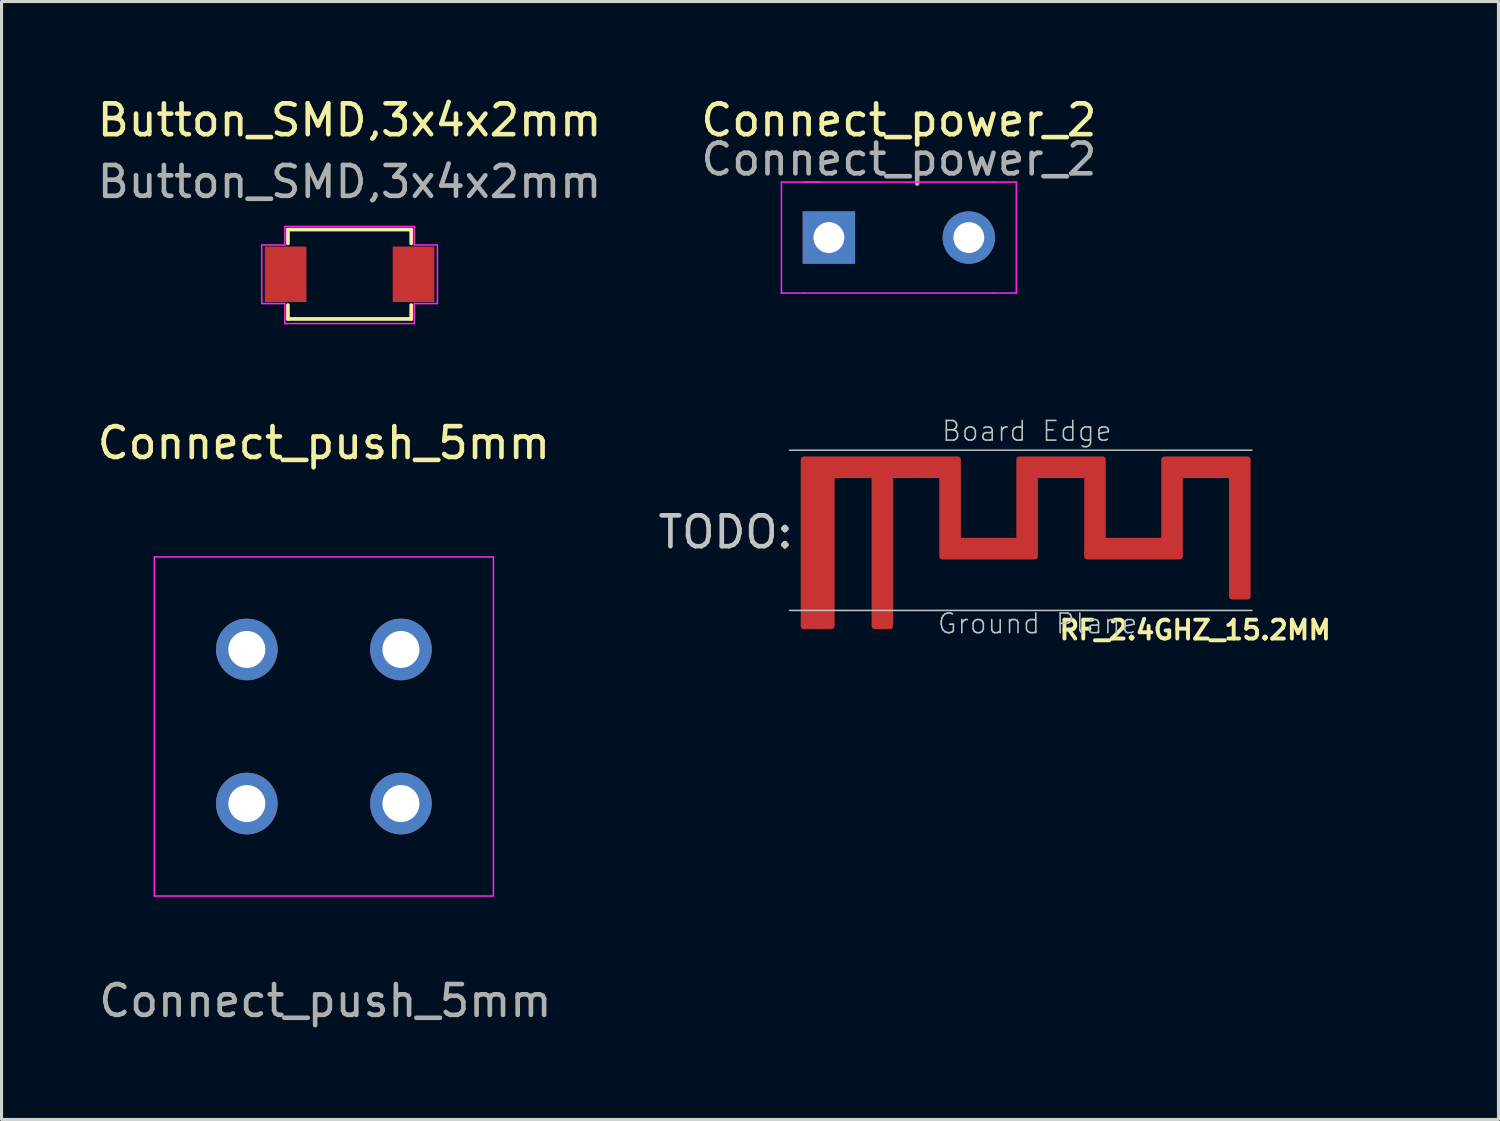
<source format=kicad_pcb>
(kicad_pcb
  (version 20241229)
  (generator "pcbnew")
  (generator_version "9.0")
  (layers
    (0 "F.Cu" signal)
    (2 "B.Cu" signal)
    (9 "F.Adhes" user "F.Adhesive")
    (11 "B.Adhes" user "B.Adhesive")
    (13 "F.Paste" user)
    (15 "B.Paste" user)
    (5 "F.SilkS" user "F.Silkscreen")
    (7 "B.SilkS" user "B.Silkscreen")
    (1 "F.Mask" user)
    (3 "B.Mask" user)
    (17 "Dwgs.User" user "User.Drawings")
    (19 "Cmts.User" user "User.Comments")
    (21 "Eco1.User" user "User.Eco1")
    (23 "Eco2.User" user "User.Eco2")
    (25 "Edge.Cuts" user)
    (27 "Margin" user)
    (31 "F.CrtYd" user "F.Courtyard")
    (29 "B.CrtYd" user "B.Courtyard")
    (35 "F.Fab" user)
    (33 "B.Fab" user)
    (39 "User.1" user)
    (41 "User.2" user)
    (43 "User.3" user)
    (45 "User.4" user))
  (footprint "Button_SMD,3x4x2mm"
    (layer "F.Cu")
    (at 8.292 5.848)
    (property "Reference" "Button_SMD,3x4x2mm" (at 0 -5 0) (unlocked yes) (layer "F.SilkS") (effects (font (size 1 1) (thickness 0.15))))
    (attr smd)
    (fp_line (start -2 -1.45) (end 2 -1.45) (stroke (width 0.12) (type solid)) (layer "F.SilkS"))
    (fp_line (start -2 -1) (end -2 -1.45) (stroke (width 0.12) (type solid)) (layer "F.SilkS"))
    (fp_line (start -2 1.45) (end -2 1) (stroke (width 0.12) (type solid)) (layer "F.SilkS"))
    (fp_line (start 2 -1.45) (end 2 -1) (stroke (width 0.12) (type solid)) (layer "F.SilkS"))
    (fp_line (start 2 1) (end 2 1.45) (stroke (width 0.12) (type solid)) (layer "F.SilkS"))
    (fp_line (start 2 1.45) (end -2 1.45) (stroke (width 0.12) (type solid)) (layer "F.SilkS"))
    (fp_line (start -2.85 -0.95) (end -2.1 -0.95) (stroke (width 0.05) (type solid)) (layer "F.CrtYd"))
    (fp_line (start -2.85 0.95) (end -2.85 -0.95) (stroke (width 0.05) (type solid)) (layer "F.CrtYd"))
    (fp_line (start -2.1 -1.55) (end 2.1 -1.55) (stroke (width 0.05) (type solid)) (layer "F.CrtYd"))
    (fp_line (start -2.1 -0.95) (end -2.1 -1.55) (stroke (width 0.05) (type solid)) (layer "F.CrtYd"))
    (fp_line (start -2.1 0.95) (end -2.85 0.95) (stroke (width 0.05) (type solid)) (layer "F.CrtYd"))
    (fp_line (start -2.1 1.6) (end -2.1 0.95) (stroke (width 0.05) (type solid)) (layer "F.CrtYd"))
    (fp_line (start 2.1 -1.55) (end 2.1 -1.5) (stroke (width 0.05) (type solid)) (layer "F.CrtYd"))
    (fp_line (start 2.1 -1.5) (end 2.1 -0.95) (stroke (width 0.05) (type solid)) (layer "F.CrtYd"))
    (fp_line (start 2.1 -0.95) (end 2.85 -0.95) (stroke (width 0.05) (type solid)) (layer "F.CrtYd"))
    (fp_line (start 2.1 0.95) (end 2.1 1.6) (stroke (width 0.05) (type solid)) (layer "F.CrtYd"))
    (fp_line (start 2.1 1.6) (end -2.1 1.6) (stroke (width 0.05) (type solid)) (layer "F.CrtYd"))
    (fp_line (start 2.85 -0.95) (end 2.85 0.95) (stroke (width 0.05) (type solid)) (layer "F.CrtYd"))
    (fp_line (start 2.85 0.95) (end 2.1 0.95) (stroke (width 0.05) (type solid)) (layer "F.CrtYd"))
    (fp_text user "${REFERENCE}" (at 0 -3 0) (unlocked yes) (layer "F.Fab") (effects (font (size 1 1) (thickness 0.15))))
    (pad "1" smd rect (at -2.075 0) (size 1.35 1.8) (property pad_prop_bga) (layers "F.Cu" "F.Mask" "F.Paste"))
    (pad "2" smd rect (at 2.075 0) (size 1.35 1.8) (property pad_prop_bga) (layers "F.Cu" "F.Mask" "F.Paste")))
  (footprint "RF_2.4GHZ_15.2MM"
    (layer "F.Cu")
    (at 25.567 16.755)
    (property "Reference" "RF_2.4GHZ_15.2MM" (at 10.16 0.635 0) (layer "F.SilkS") (effects (font (size 0.61 0.61) (thickness 0.127))))
    (attr smd)
    (fp_line (start -2.548 -4.9) (end 2.449 -4.9) (stroke (width 0.003) (type solid)) (layer "F.Cu"))
    (fp_line (start -0.249 -4.399) (end -1.648 -4.399) (stroke (width 0.003) (type solid)) (layer "F.Cu"))
    (fp_line (start 1.948 -4.399) (end 0.249 -4.399) (stroke (width 0.003) (type solid)) (layer "F.Cu"))
    (fp_line (start 1.948 -1.758) (end 1.948 -4.399) (stroke (width 0.003) (type solid)) (layer "F.Cu"))
    (fp_line (start 2.449 -4.9) (end 2.449 -2.258) (stroke (width 0.003) (type solid)) (layer "F.Cu"))
    (fp_line (start 2.449 -2.258) (end 4.448 -2.258) (stroke (width 0.003) (type solid)) (layer "F.Cu"))
    (fp_line (start 4.448 -4.9) (end 7.148 -4.9) (stroke (width 0.003) (type solid)) (layer "F.Cu"))
    (fp_line (start 4.448 -2.258) (end 4.448 -4.9) (stroke (width 0.003) (type solid)) (layer "F.Cu"))
    (fp_line (start 4.948 -4.399) (end 4.948 -1.758) (stroke (width 0.003) (type solid)) (layer "F.Cu"))
    (fp_line (start 4.948 -1.758) (end 1.948 -1.758) (stroke (width 0.003) (type solid)) (layer "F.Cu"))
    (fp_line (start 6.65 -4.399) (end 4.948 -4.399) (stroke (width 0.003) (type solid)) (layer "F.Cu"))
    (fp_line (start 6.65 -1.758) (end 6.65 -4.399) (stroke (width 0.003) (type solid)) (layer "F.Cu"))
    (fp_line (start 7.148 -4.9) (end 7.148 -2.258) (stroke (width 0.003) (type solid)) (layer "F.Cu"))
    (fp_line (start 7.148 -2.258) (end 9.149 -2.258) (stroke (width 0.003) (type solid)) (layer "F.Cu"))
    (fp_line (start 9.149 -4.9) (end 11.849 -4.9) (stroke (width 0.003) (type solid)) (layer "F.Cu"))
    (fp_line (start 9.149 -2.258) (end 9.149 -4.9) (stroke (width 0.003) (type solid)) (layer "F.Cu"))
    (fp_line (start 9.649 -4.399) (end 9.649 -1.758) (stroke (width 0.003) (type solid)) (layer "F.Cu"))
    (fp_line (start 9.649 -1.758) (end 6.65 -1.758) (stroke (width 0.003) (type solid)) (layer "F.Cu"))
    (fp_line (start 11.349 -4.399) (end 9.649 -4.399) (stroke (width 0.003) (type solid)) (layer "F.Cu"))
    (fp_line (start 11.349 -0.46) (end 11.349 -4.399) (stroke (width 0.003) (type solid)) (layer "F.Cu"))
    (fp_line (start 11.849 -4.9) (end 11.849 -0.46) (stroke (width 0.003) (type solid)) (layer "F.Cu"))
    (fp_line (start 11.849 -0.46) (end 11.349 -0.46) (stroke (width 0.003) (type solid)) (layer "F.Cu"))
    (fp_poly (pts (xy 2.458 -2.254) (xy 4.457 -2.254) (xy 4.457 -4.896) (xy 7.157 -4.896) (xy 7.157 -2.254) (xy 9.159 -2.254) (xy 9.159 -4.896) (xy 11.859 -4.896) (xy 11.859 -0.456) (xy 11.358 -0.456) (xy 11.358 -4.395) (xy 9.659 -4.395) (xy 9.659 -1.754) (xy 6.659 -1.754) (xy 6.659 -4.395) (xy 4.957 -4.395) (xy 4.957 -1.754) (xy 1.958 -1.754) (xy 1.958 -4.396) (xy 0.258 -4.395) (xy 0.258 0.502) (xy -0.239 0.502) (xy -0.239 -4.395) (xy -1.639 -4.395) (xy -1.639 0.502) (xy -2.538 0.502) (xy -2.538 -4.896) (xy 2.458 -4.896)) (stroke (width 0.2) (type solid)) (fill yes) (layer "F.Cu"))
    (fp_line (start -3 0) (end 11.999 0) (stroke (width 0.048) (type solid)) (layer "Dwgs.User"))
    (fp_line (start -3 -5.199) (end 11.999 -5.199) (stroke (width 0.048) (type solid)) (layer "Dwgs.User"))
    (fp_text user "Board Edge" (at 4.699 -5.819 0) (layer "Dwgs.User") (effects (font (size 0.638 0.638) (thickness 0.051))))
    (fp_text user "Ground Plane" (at 5.049 0.428 0) (layer "Dwgs.User") (effects (font (size 0.638 0.638) (thickness 0.051))))
    (fp_text user "TODO:" (at -5.08 -2.54 0) (layer "Dwgs.User") (effects (font (size 1 1) (thickness 0.15))))
    (pad "ANT" smd rect (at 0 0.249) (size 0.498 0.498) (layers "F.Cu" "F.Mask" "F.Paste"))
    (pad "GND" smd rect (at -2.098 0.249) (size 0.899 0.498) (layers "F.Cu" "F.Mask" "F.Paste"))
    (zone (net_name "") (layers "F.Cu" "B.Cu") (hatch edge 0.508) (connect_pads) (min_thickness 0.254) (filled_areas_thickness no) (keepout (tracks not_allowed) (vias not_allowed) (pads not_allowed) (copperpour not_allowed) (footprints not_allowed)) (placement (enabled no)) (fill) (polygon (pts (xy 42.567 16.755) (xy 17.967 16.755) (xy 17.967 11.555) (xy 42.567 11.555)))))
  (footprint "Connect_push_5mm"
    (layer "F.Cu")
    (at 7.458 20.521)
    (property "Reference" "Connect_push_5mm" (at 0 -9.2 0) (unlocked yes) (layer "F.SilkS") (effects (font (size 1 1) (thickness 0.15))))
    (attr smd)
    (fp_line (start -5.5 -5.5) (end 5.5 -5.5) (stroke (width 0.05) (type solid)) (layer "F.CrtYd"))
    (fp_line (start -5.5 5.5) (end -5.5 -5.5) (stroke (width 0.05) (type solid)) (layer "F.CrtYd"))
    (fp_line (start -5.5 5.5) (end 5.5 5.5) (stroke (width 0.05) (type solid)) (layer "F.CrtYd"))
    (fp_line (start 5.5 -5.5) (end 5.5 5.5) (stroke (width 0.05) (type solid)) (layer "F.CrtYd"))
    (fp_text user "${REFERENCE}" (at 0.05 8.9 0) (unlocked yes) (layer "F.Fab") (effects (font (size 1 1) (thickness 0.15))))
    (pad "1" thru_hole circle (at -2.5 -2.5) (size 2 2) (drill 1.2) (layers "*.Cu" "*.Mask"))
    (pad "1" thru_hole circle (at -2.5 2.5) (size 2 2) (drill 1.2) (layers "*.Cu" "*.Mask"))
    (pad "2" thru_hole circle (at 2.5 -2.5) (size 2 2) (drill 1.2) (layers "*.Cu" "*.Mask"))
    (pad "2" thru_hole circle (at 2.5 2.5) (size 2 2) (drill 1.2) (layers "*.Cu" "*.Mask")))
  (footprint "Connect_power_2"
    (layer "F.Cu")
    (at 26.113 4.658)
    (property "Reference" "Connect_power_2" (at 0 -3.81 0) (layer "F.SilkS") (effects (font (size 1 1) (thickness 0.15))))
    (attr through_hole)
    (fp_line (start -3.81 -1.8) (end -3.81 1.8) (stroke (width 0.05) (type solid)) (layer "F.CrtYd"))
    (fp_line (start -3.81 -1.8) (end -2.54 -1.8) (stroke (width 0.05) (type solid)) (layer "F.CrtYd"))
    (fp_line (start -3.81 1.8) (end -3.07 1.8) (stroke (width 0.05) (type solid)) (layer "F.CrtYd"))
    (fp_line (start -3.07 1.8) (end 3.08 1.8) (stroke (width 0.05) (type solid)) (layer "F.CrtYd"))
    (fp_line (start 3.08 -1.8) (end -3.07 -1.8) (stroke (width 0.05) (type solid)) (layer "F.CrtYd"))
    (fp_line (start 3.08 -1.8) (end 3.81 -1.8) (stroke (width 0.05) (type solid)) (layer "F.CrtYd"))
    (fp_line (start 3.08 1.8) (end 3.81 1.8) (stroke (width 0.05) (type solid)) (layer "F.CrtYd"))
    (fp_line (start 3.81 1.8) (end 3.81 -1.8) (stroke (width 0.05) (type solid)) (layer "F.CrtYd"))
    (fp_text user "${REFERENCE}" (at 0 -2.54 180) (layer "F.Fab") (effects (font (size 1 1) (thickness 0.15))))
    (pad "1" thru_hole rect (at -2.27 0 90) (size 1.7 1.7) (drill 1) (layers "*.Cu" "*.Mask"))
    (pad "2" thru_hole oval (at 2.27 0 90) (size 1.7 1.7) (drill 1) (layers "*.Cu" "*.Mask")))
  (gr_rect
    (start -3 -3)
    (end 45.567 33.27)
    (stroke (width 0.1) (type default))
    (fill no)
    (layer "Edge.Cuts")))
</source>
